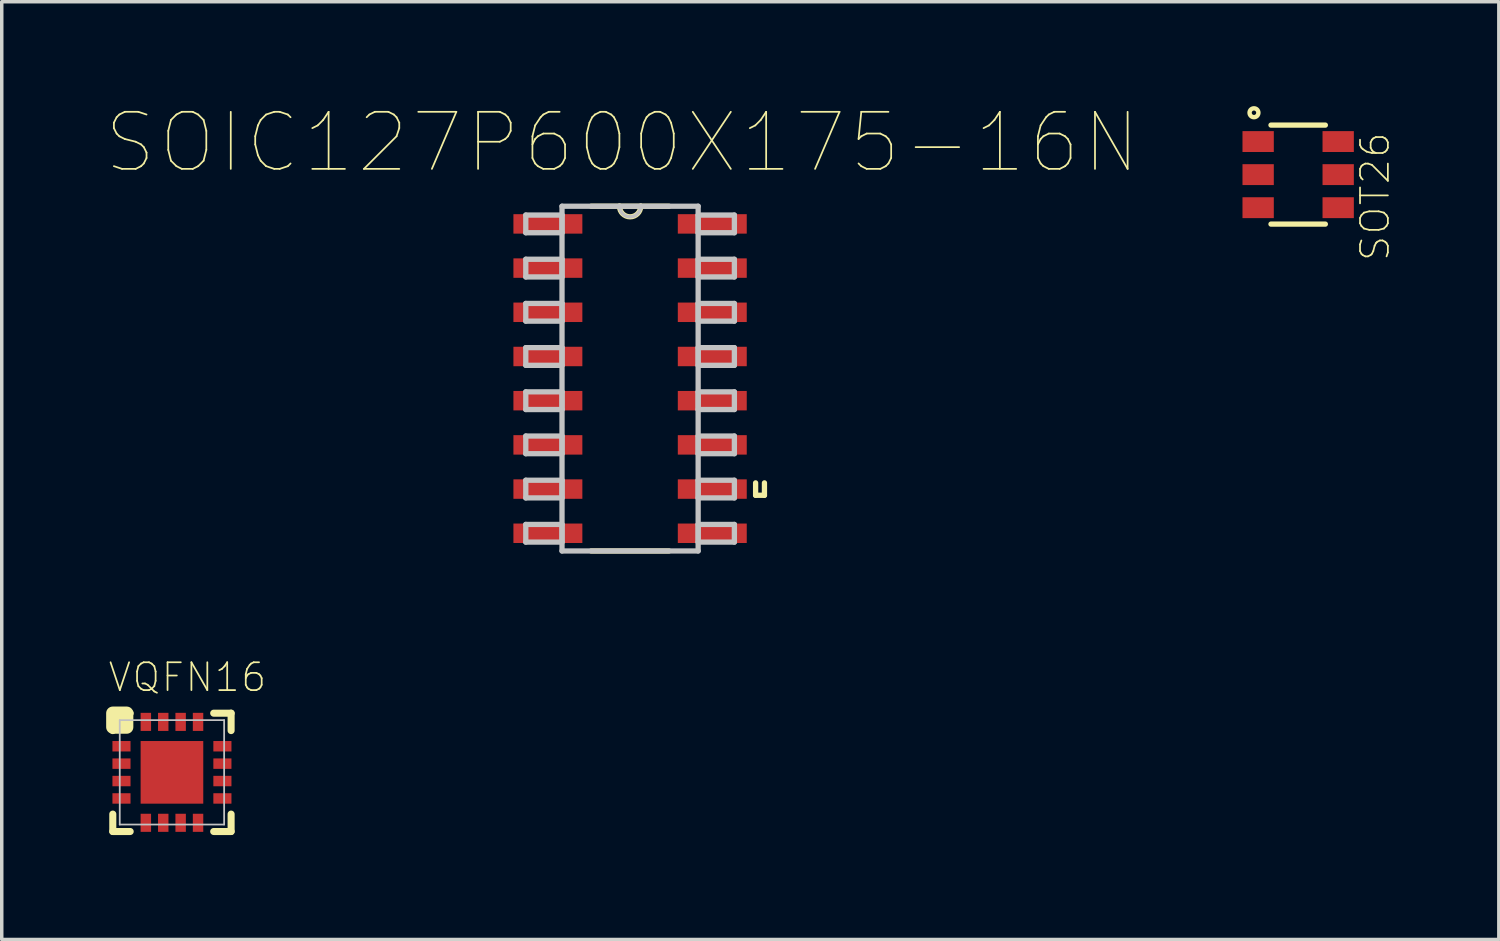
<source format=kicad_pcb>
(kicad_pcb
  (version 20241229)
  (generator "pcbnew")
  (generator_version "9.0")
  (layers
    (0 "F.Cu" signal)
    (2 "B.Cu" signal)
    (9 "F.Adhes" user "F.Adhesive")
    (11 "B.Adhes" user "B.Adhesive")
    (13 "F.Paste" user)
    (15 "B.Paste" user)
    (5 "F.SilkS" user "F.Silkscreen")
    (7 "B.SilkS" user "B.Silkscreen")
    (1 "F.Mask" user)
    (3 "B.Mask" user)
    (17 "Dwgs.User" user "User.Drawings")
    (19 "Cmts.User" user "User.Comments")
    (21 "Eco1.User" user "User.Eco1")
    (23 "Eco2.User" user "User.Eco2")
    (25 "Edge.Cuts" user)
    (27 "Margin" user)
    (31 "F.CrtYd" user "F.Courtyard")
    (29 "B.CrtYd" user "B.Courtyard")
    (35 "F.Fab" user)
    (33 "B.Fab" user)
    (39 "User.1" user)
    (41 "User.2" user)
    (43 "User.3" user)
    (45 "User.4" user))
  (footprint "SOT26"
    (layer "F.Cu")
    (at 34.254 1.968)
    (property "Reference" "SOT26" (at 2.21 0.635 90) (layer "F.SilkS") (effects (font (size 0.8 0.8) (thickness 0.05))))
    (attr smd)
    (fp_line (start -0.781 -1.423) (end 0.781 -1.423) (stroke (width 0.152) (type solid)) (layer "F.SilkS"))
    (fp_line (start 0.781 1.422) (end -0.781 1.422) (stroke (width 0.152) (type solid)) (layer "F.SilkS"))
    (fp_circle (center -1.27 -1.778) (end -1.143 -1.778) (stroke (width 0.127) (type solid)) (fill no) (layer "F.SilkS"))
    (pad "1" smd rect (at -1.15 -0.95 270) (size 0.6 0.9) (layers "F.Cu" "F.Mask" "F.Paste"))
    (pad "2" smd rect (at -1.15 0 270) (size 0.6 0.9) (layers "F.Cu" "F.Mask" "F.Paste"))
    (pad "3" smd rect (at -1.15 0.95 270) (size 0.6 0.9) (layers "F.Cu" "F.Mask" "F.Paste"))
    (pad "4" smd rect (at 1.15 0.95 270) (size 0.6 0.9) (layers "F.Cu" "F.Mask" "F.Paste"))
    (pad "5" smd rect (at 1.15 0 270) (size 0.6 0.9) (layers "F.Cu" "F.Mask" "F.Paste"))
    (pad "6" smd rect (at 1.15 -0.95 270) (size 0.6 0.9) (layers "F.Cu" "F.Mask" "F.Paste")))
  (footprint "SOIC127P600X175-16N"
    (layer "F.Cu")
    (at 15.056 7.829)
    (property "Reference" "SOIC127P600X175-16N" (at -0.229 -6.782 0) (layer "F.SilkS") (effects (font (size 1.64 1.64) (thickness 0.05))))
    (attr smd)
    (fp_line (start -1.118 4.953) (end 1.118 4.953) (stroke (width 0.152) (type solid)) (layer "F.SilkS"))
    (fp_line (start -0.305 -4.953) (end -1.118 -4.953) (stroke (width 0.152) (type solid)) (layer "F.SilkS"))
    (fp_line (start 0.305 -4.953) (end -0.305 -4.953) (stroke (width 0.152) (type solid)) (layer "F.SilkS"))
    (fp_line (start 1.118 -4.953) (end 0.305 -4.953) (stroke (width 0.152) (type solid)) (layer "F.SilkS"))
    (fp_line (start 3.607 3.353) (end 3.607 2.997) (stroke (width 0.152) (type solid)) (layer "F.SilkS"))
    (fp_line (start 3.861 2.997) (end 3.861 3.353) (stroke (width 0.152) (type solid)) (layer "F.SilkS"))
    (fp_line (start 3.861 3.353) (end 3.607 3.353) (stroke (width 0.152) (type solid)) (layer "F.SilkS"))
    (fp_arc (start 0.3048 -4.953) (mid 0 -4.6482) (end -0.3048 -4.953) (stroke (width 0.15) (type solid)) (layer "F.SilkS"))
    (fp_line (start -2.997 -4.699) (end -2.997 -4.191) (stroke (width 0.152) (type solid)) (layer "Dwgs.User"))
    (fp_line (start -2.997 -4.191) (end -1.956 -4.191) (stroke (width 0.152) (type solid)) (layer "Dwgs.User"))
    (fp_line (start -2.997 -3.429) (end -2.997 -2.921) (stroke (width 0.152) (type solid)) (layer "Dwgs.User"))
    (fp_line (start -2.997 -2.921) (end -1.956 -2.921) (stroke (width 0.152) (type solid)) (layer "Dwgs.User"))
    (fp_line (start -2.997 -2.159) (end -2.997 -1.651) (stroke (width 0.152) (type solid)) (layer "Dwgs.User"))
    (fp_line (start -2.997 -1.651) (end -1.956 -1.651) (stroke (width 0.152) (type solid)) (layer "Dwgs.User"))
    (fp_line (start -2.997 -0.889) (end -2.997 -0.381) (stroke (width 0.152) (type solid)) (layer "Dwgs.User"))
    (fp_line (start -2.997 -0.381) (end -1.956 -0.381) (stroke (width 0.152) (type solid)) (layer "Dwgs.User"))
    (fp_line (start -2.997 0.381) (end -2.997 0.889) (stroke (width 0.152) (type solid)) (layer "Dwgs.User"))
    (fp_line (start -2.997 0.889) (end -1.956 0.889) (stroke (width 0.152) (type solid)) (layer "Dwgs.User"))
    (fp_line (start -2.997 1.651) (end -2.997 2.159) (stroke (width 0.152) (type solid)) (layer "Dwgs.User"))
    (fp_line (start -2.997 2.159) (end -1.956 2.159) (stroke (width 0.152) (type solid)) (layer "Dwgs.User"))
    (fp_line (start -2.997 2.921) (end -2.997 3.429) (stroke (width 0.152) (type solid)) (layer "Dwgs.User"))
    (fp_line (start -2.997 3.429) (end -1.956 3.429) (stroke (width 0.152) (type solid)) (layer "Dwgs.User"))
    (fp_line (start -2.997 4.191) (end -2.997 4.699) (stroke (width 0.152) (type solid)) (layer "Dwgs.User"))
    (fp_line (start -2.997 4.699) (end -1.956 4.699) (stroke (width 0.152) (type solid)) (layer "Dwgs.User"))
    (fp_line (start -1.956 -4.953) (end -1.956 4.953) (stroke (width 0.152) (type solid)) (layer "Dwgs.User"))
    (fp_line (start -1.956 -4.699) (end -2.997 -4.699) (stroke (width 0.152) (type solid)) (layer "Dwgs.User"))
    (fp_line (start -1.956 -4.191) (end -1.956 -4.699) (stroke (width 0.152) (type solid)) (layer "Dwgs.User"))
    (fp_line (start -1.956 -3.429) (end -2.997 -3.429) (stroke (width 0.152) (type solid)) (layer "Dwgs.User"))
    (fp_line (start -1.956 -2.921) (end -1.956 -3.429) (stroke (width 0.152) (type solid)) (layer "Dwgs.User"))
    (fp_line (start -1.956 -2.159) (end -2.997 -2.159) (stroke (width 0.152) (type solid)) (layer "Dwgs.User"))
    (fp_line (start -1.956 -1.651) (end -1.956 -2.159) (stroke (width 0.152) (type solid)) (layer "Dwgs.User"))
    (fp_line (start -1.956 -0.889) (end -2.997 -0.889) (stroke (width 0.152) (type solid)) (layer "Dwgs.User"))
    (fp_line (start -1.956 -0.381) (end -1.956 -0.889) (stroke (width 0.152) (type solid)) (layer "Dwgs.User"))
    (fp_line (start -1.956 0.381) (end -2.997 0.381) (stroke (width 0.152) (type solid)) (layer "Dwgs.User"))
    (fp_line (start -1.956 0.889) (end -1.956 0.381) (stroke (width 0.152) (type solid)) (layer "Dwgs.User"))
    (fp_line (start -1.956 1.651) (end -2.997 1.651) (stroke (width 0.152) (type solid)) (layer "Dwgs.User"))
    (fp_line (start -1.956 2.159) (end -1.956 1.651) (stroke (width 0.152) (type solid)) (layer "Dwgs.User"))
    (fp_line (start -1.956 2.921) (end -2.997 2.921) (stroke (width 0.152) (type solid)) (layer "Dwgs.User"))
    (fp_line (start -1.956 3.429) (end -1.956 2.921) (stroke (width 0.152) (type solid)) (layer "Dwgs.User"))
    (fp_line (start -1.956 4.191) (end -2.997 4.191) (stroke (width 0.152) (type solid)) (layer "Dwgs.User"))
    (fp_line (start -1.956 4.699) (end -1.956 4.191) (stroke (width 0.152) (type solid)) (layer "Dwgs.User"))
    (fp_line (start -1.956 4.953) (end 1.956 4.953) (stroke (width 0.152) (type solid)) (layer "Dwgs.User"))
    (fp_line (start -0.305 -4.953) (end -1.956 -4.953) (stroke (width 0.152) (type solid)) (layer "Dwgs.User"))
    (fp_line (start 0.305 -4.953) (end -0.305 -4.953) (stroke (width 0.152) (type solid)) (layer "Dwgs.User"))
    (fp_line (start 1.956 -4.953) (end 0.305 -4.953) (stroke (width 0.152) (type solid)) (layer "Dwgs.User"))
    (fp_line (start 1.956 -4.699) (end 1.956 -4.191) (stroke (width 0.152) (type solid)) (layer "Dwgs.User"))
    (fp_line (start 1.956 -4.191) (end 2.997 -4.191) (stroke (width 0.152) (type solid)) (layer "Dwgs.User"))
    (fp_line (start 1.956 -3.429) (end 1.956 -2.921) (stroke (width 0.152) (type solid)) (layer "Dwgs.User"))
    (fp_line (start 1.956 -2.921) (end 2.997 -2.921) (stroke (width 0.152) (type solid)) (layer "Dwgs.User"))
    (fp_line (start 1.956 -2.159) (end 1.956 -1.651) (stroke (width 0.152) (type solid)) (layer "Dwgs.User"))
    (fp_line (start 1.956 -1.651) (end 2.997 -1.651) (stroke (width 0.152) (type solid)) (layer "Dwgs.User"))
    (fp_line (start 1.956 -0.889) (end 1.956 -0.381) (stroke (width 0.152) (type solid)) (layer "Dwgs.User"))
    (fp_line (start 1.956 -0.381) (end 2.997 -0.381) (stroke (width 0.152) (type solid)) (layer "Dwgs.User"))
    (fp_line (start 1.956 0.381) (end 1.956 0.889) (stroke (width 0.152) (type solid)) (layer "Dwgs.User"))
    (fp_line (start 1.956 0.889) (end 2.997 0.889) (stroke (width 0.152) (type solid)) (layer "Dwgs.User"))
    (fp_line (start 1.956 1.651) (end 1.956 2.159) (stroke (width 0.152) (type solid)) (layer "Dwgs.User"))
    (fp_line (start 1.956 2.159) (end 2.997 2.159) (stroke (width 0.152) (type solid)) (layer "Dwgs.User"))
    (fp_line (start 1.956 2.921) (end 1.956 3.429) (stroke (width 0.152) (type solid)) (layer "Dwgs.User"))
    (fp_line (start 1.956 3.429) (end 2.997 3.429) (stroke (width 0.152) (type solid)) (layer "Dwgs.User"))
    (fp_line (start 1.956 4.191) (end 1.956 4.699) (stroke (width 0.152) (type solid)) (layer "Dwgs.User"))
    (fp_line (start 1.956 4.699) (end 2.997 4.699) (stroke (width 0.152) (type solid)) (layer "Dwgs.User"))
    (fp_line (start 1.956 4.953) (end 1.956 -4.953) (stroke (width 0.152) (type solid)) (layer "Dwgs.User"))
    (fp_line (start 2.997 -4.699) (end 1.956 -4.699) (stroke (width 0.152) (type solid)) (layer "Dwgs.User"))
    (fp_line (start 2.997 -4.191) (end 2.997 -4.699) (stroke (width 0.152) (type solid)) (layer "Dwgs.User"))
    (fp_line (start 2.997 -3.429) (end 1.956 -3.429) (stroke (width 0.152) (type solid)) (layer "Dwgs.User"))
    (fp_line (start 2.997 -2.921) (end 2.997 -3.429) (stroke (width 0.152) (type solid)) (layer "Dwgs.User"))
    (fp_line (start 2.997 -2.159) (end 1.956 -2.159) (stroke (width 0.152) (type solid)) (layer "Dwgs.User"))
    (fp_line (start 2.997 -1.651) (end 2.997 -2.159) (stroke (width 0.152) (type solid)) (layer "Dwgs.User"))
    (fp_line (start 2.997 -0.889) (end 1.956 -0.889) (stroke (width 0.152) (type solid)) (layer "Dwgs.User"))
    (fp_line (start 2.997 -0.381) (end 2.997 -0.889) (stroke (width 0.152) (type solid)) (layer "Dwgs.User"))
    (fp_line (start 2.997 0.381) (end 1.956 0.381) (stroke (width 0.152) (type solid)) (layer "Dwgs.User"))
    (fp_line (start 2.997 0.889) (end 2.997 0.381) (stroke (width 0.152) (type solid)) (layer "Dwgs.User"))
    (fp_line (start 2.997 1.651) (end 1.956 1.651) (stroke (width 0.152) (type solid)) (layer "Dwgs.User"))
    (fp_line (start 2.997 2.159) (end 2.997 1.651) (stroke (width 0.152) (type solid)) (layer "Dwgs.User"))
    (fp_line (start 2.997 2.921) (end 1.956 2.921) (stroke (width 0.152) (type solid)) (layer "Dwgs.User"))
    (fp_line (start 2.997 3.429) (end 2.997 2.921) (stroke (width 0.152) (type solid)) (layer "Dwgs.User"))
    (fp_line (start 2.997 4.191) (end 1.956 4.191) (stroke (width 0.152) (type solid)) (layer "Dwgs.User"))
    (fp_line (start 2.997 4.699) (end 2.997 4.191) (stroke (width 0.152) (type solid)) (layer "Dwgs.User"))
    (fp_arc (start 0.3048 -4.953) (mid 0 -4.6482) (end -0.3048 -4.953) (stroke (width 0.1) (type solid)) (layer "Dwgs.User"))
    (pad "1" smd rect (at -2.362 -4.445) (size 1.981 0.559) (layers "F.Cu" "F.Mask" "F.Paste"))
    (pad "2" smd rect (at -2.362 -3.175) (size 1.981 0.559) (layers "F.Cu" "F.Mask" "F.Paste"))
    (pad "3" smd rect (at -2.362 -1.905) (size 1.981 0.559) (layers "F.Cu" "F.Mask" "F.Paste"))
    (pad "4" smd rect (at -2.362 -0.635) (size 1.981 0.559) (layers "F.Cu" "F.Mask" "F.Paste"))
    (pad "5" smd rect (at -2.362 0.635) (size 1.981 0.559) (layers "F.Cu" "F.Mask" "F.Paste"))
    (pad "6" smd rect (at -2.362 1.905) (size 1.981 0.559) (layers "F.Cu" "F.Mask" "F.Paste"))
    (pad "7" smd rect (at -2.362 3.175) (size 1.981 0.559) (layers "F.Cu" "F.Mask" "F.Paste"))
    (pad "8" smd rect (at -2.362 4.445) (size 1.981 0.559) (layers "F.Cu" "F.Mask" "F.Paste"))
    (pad "9" smd rect (at 2.362 4.445) (size 1.981 0.559) (layers "F.Cu" "F.Mask" "F.Paste"))
    (pad "10" smd rect (at 2.362 3.175) (size 1.981 0.559) (layers "F.Cu" "F.Mask" "F.Paste"))
    (pad "11" smd rect (at 2.362 1.905) (size 1.981 0.559) (layers "F.Cu" "F.Mask" "F.Paste"))
    (pad "12" smd rect (at 2.362 0.635) (size 1.981 0.559) (layers "F.Cu" "F.Mask" "F.Paste"))
    (pad "13" smd rect (at 2.362 -0.635) (size 1.981 0.559) (layers "F.Cu" "F.Mask" "F.Paste"))
    (pad "14" smd rect (at 2.362 -1.905) (size 1.981 0.559) (layers "F.Cu" "F.Mask" "F.Paste"))
    (pad "15" smd rect (at 2.362 -3.175) (size 1.981 0.559) (layers "F.Cu" "F.Mask" "F.Paste"))
    (pad "16" smd rect (at 2.362 -4.445) (size 1.981 0.559) (layers "F.Cu" "F.Mask" "F.Paste")))
  (footprint "VQFN16"
    (layer "F.Cu")
    (at 1.891 19.144)
    (property "Reference" "VQFN16" (at 0.445 -2.731 0) (layer "F.SilkS") (effects (font (size 0.8 0.8) (thickness 0.05))))
    (attr smd)
    (fp_line (start -1.7 -1.7) (end -1.7 -1.2) (stroke (width 0.203) (type solid)) (layer "F.SilkS"))
    (fp_line (start -1.7 1.7) (end -1.7 1.2) (stroke (width 0.203) (type solid)) (layer "F.SilkS"))
    (fp_line (start -1.7 1.7) (end -1.2 1.7) (stroke (width 0.203) (type solid)) (layer "F.SilkS"))
    (fp_line (start -1.2 -1.7) (end -1.7 -1.7) (stroke (width 0.203) (type solid)) (layer "F.SilkS"))
    (fp_line (start 1.2 1.7) (end 1.7 1.7) (stroke (width 0.203) (type solid)) (layer "F.SilkS"))
    (fp_line (start 1.7 -1.7) (end 1.2 -1.7) (stroke (width 0.203) (type solid)) (layer "F.SilkS"))
    (fp_line (start 1.7 -1.7) (end 1.7 -1.2) (stroke (width 0.203) (type solid)) (layer "F.SilkS"))
    (fp_line (start 1.7 1.2) (end 1.7 1.7) (stroke (width 0.203) (type solid)) (layer "F.SilkS"))
    (fp_poly (pts (xy -1.7 -1.7) (xy -1.3 -1.7) (xy -1.3 -1.3) (xy -1.7 -1.3)) (stroke (width 0.381) (type solid)) (fill yes) (layer "F.SilkS"))
    (fp_line (start -1.5 -1.5) (end 1.5 -1.5) (stroke (width 0.051) (type solid)) (layer "Dwgs.User"))
    (fp_line (start -1.5 1.5) (end -1.5 -1.5) (stroke (width 0.051) (type solid)) (layer "Dwgs.User"))
    (fp_line (start 1.5 -1.5) (end 1.5 1.5) (stroke (width 0.051) (type solid)) (layer "Dwgs.User"))
    (fp_line (start 1.5 1.5) (end -1.5 1.5) (stroke (width 0.051) (type solid)) (layer "Dwgs.User"))
    (pad "1" smd rect (at -1.45 -0.75 180) (size 0.52 0.3) (layers "F.Cu" "F.Mask" "F.Paste"))
    (pad "2" smd rect (at -1.45 -0.25 180) (size 0.52 0.3) (layers "F.Cu" "F.Mask" "F.Paste"))
    (pad "3" smd rect (at -1.45 0.25 180) (size 0.52 0.3) (layers "F.Cu" "F.Mask" "F.Paste"))
    (pad "4" smd rect (at -1.45 0.75 180) (size 0.52 0.3) (layers "F.Cu" "F.Mask" "F.Paste"))
    (pad "5" smd rect (at -0.75 1.45 270) (size 0.52 0.3) (layers "F.Cu" "F.Mask" "F.Paste"))
    (pad "6" smd rect (at -0.25 1.45 270) (size 0.52 0.3) (layers "F.Cu" "F.Mask" "F.Paste"))
    (pad "7" smd rect (at 0.25 1.45 270) (size 0.52 0.3) (layers "F.Cu" "F.Mask" "F.Paste"))
    (pad "8" smd rect (at 0.75 1.45 270) (size 0.52 0.3) (layers "F.Cu" "F.Mask" "F.Paste"))
    (pad "9" smd rect (at 1.45 0.75) (size 0.52 0.3) (layers "F.Cu" "F.Mask" "F.Paste"))
    (pad "10" smd rect (at 1.45 0.25) (size 0.52 0.3) (layers "F.Cu" "F.Mask" "F.Paste"))
    (pad "11" smd rect (at 1.45 -0.25) (size 0.52 0.3) (layers "F.Cu" "F.Mask" "F.Paste"))
    (pad "12" smd rect (at 1.45 -0.75) (size 0.52 0.3) (layers "F.Cu" "F.Mask" "F.Paste"))
    (pad "13" smd rect (at 0.75 -1.45 90) (size 0.52 0.3) (layers "F.Cu" "F.Mask" "F.Paste"))
    (pad "14" smd rect (at 0.25 -1.45 90) (size 0.52 0.3) (layers "F.Cu" "F.Mask" "F.Paste"))
    (pad "15" smd rect (at -0.25 -1.45 90) (size 0.52 0.3) (layers "F.Cu" "F.Mask" "F.Paste"))
    (pad "16" smd rect (at -0.75 -1.45 90) (size 0.52 0.3) (layers "F.Cu" "F.Mask" "F.Paste"))
    (pad "17" smd rect (at 0 0) (size 1.8 1.8) (layers "F.Cu" "F.Mask" "F.Paste")))
  (gr_rect
    (start -3 -3)
    (end 40.02 23.946)
    (stroke (width 0.1) (type default))
    (fill no)
    (layer "Edge.Cuts")))
</source>
